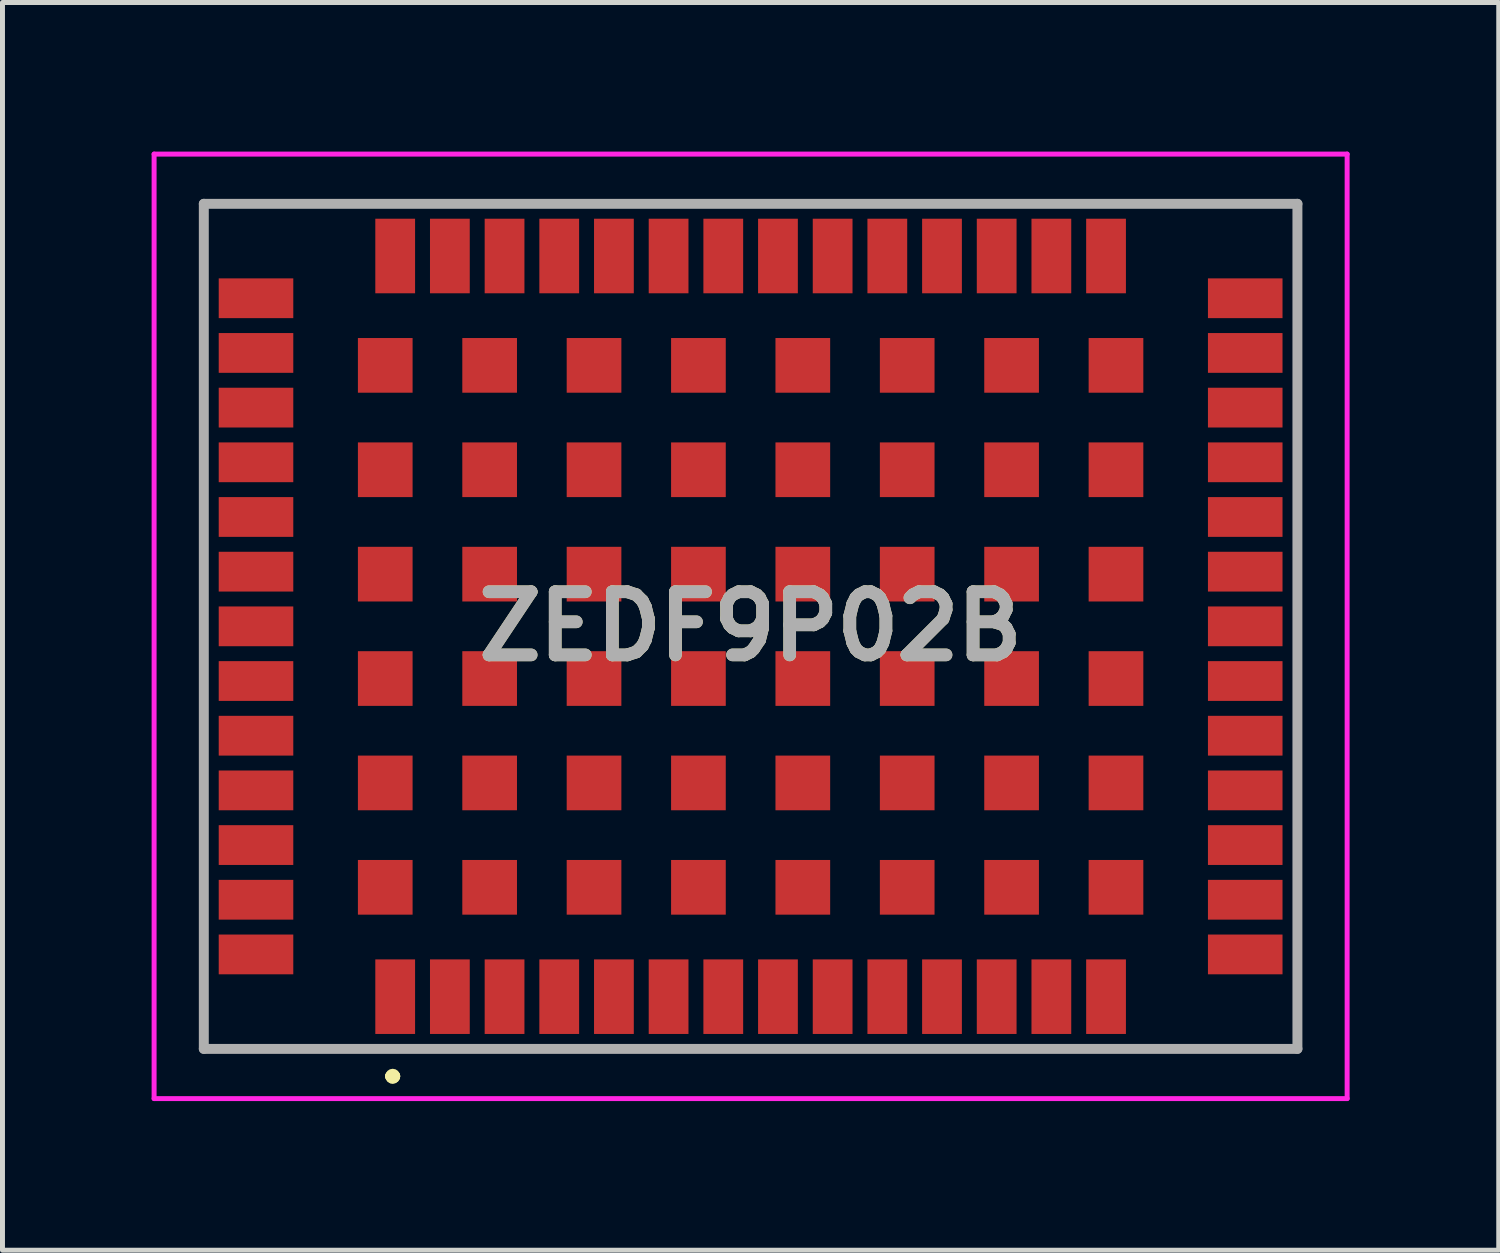
<source format=kicad_pcb>
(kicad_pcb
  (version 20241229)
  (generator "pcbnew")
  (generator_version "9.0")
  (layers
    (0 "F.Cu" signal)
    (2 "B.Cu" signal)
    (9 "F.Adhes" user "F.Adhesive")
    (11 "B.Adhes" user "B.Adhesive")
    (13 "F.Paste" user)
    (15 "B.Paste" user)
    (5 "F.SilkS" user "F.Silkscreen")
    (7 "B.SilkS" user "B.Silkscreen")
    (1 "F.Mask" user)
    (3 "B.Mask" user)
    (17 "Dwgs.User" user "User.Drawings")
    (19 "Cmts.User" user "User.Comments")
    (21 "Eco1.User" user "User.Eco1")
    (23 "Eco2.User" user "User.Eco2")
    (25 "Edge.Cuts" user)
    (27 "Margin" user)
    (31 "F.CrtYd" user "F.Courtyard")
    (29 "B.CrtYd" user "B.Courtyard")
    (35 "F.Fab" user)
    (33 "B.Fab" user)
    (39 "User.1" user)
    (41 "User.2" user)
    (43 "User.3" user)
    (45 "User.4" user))
  (footprint "ZEDF9P02B"
    (layer "F.Cu")
    (at 12.05 9.55)
    (property "Reference" "ZEDF9P02B" (at 0 0 0) (layer "F.SilkS") (effects (font (size 1.27 1.27) (thickness 0.254))))
    (attr smd)
    (fp_line (start -11 -8.5) (end -11 -8.5) (stroke (width 0.1) (type solid)) (layer "F.SilkS"))
    (fp_line (start -11 -8.5) (end -11 -8.5) (stroke (width 0.1) (type solid)) (layer "F.SilkS"))
    (fp_line (start -11 -8.5) (end -11 -7.5) (stroke (width 0.1) (type solid)) (layer "F.SilkS"))
    (fp_line (start -11 -8.5) (end -7.9 -8.5) (stroke (width 0.1) (type solid)) (layer "F.SilkS"))
    (fp_line (start -11 -7.5) (end -11 -8.5) (stroke (width 0.1) (type solid)) (layer "F.SilkS"))
    (fp_line (start -11 -7.5) (end -11 -7.5) (stroke (width 0.1) (type solid)) (layer "F.SilkS"))
    (fp_line (start -11 7.25) (end -11 7.25) (stroke (width 0.1) (type solid)) (layer "F.SilkS"))
    (fp_line (start -11 7.25) (end -11 8.5) (stroke (width 0.1) (type solid)) (layer "F.SilkS"))
    (fp_line (start -11 8.5) (end -11 7.25) (stroke (width 0.1) (type solid)) (layer "F.SilkS"))
    (fp_line (start -11 8.5) (end -11 8.5) (stroke (width 0.1) (type solid)) (layer "F.SilkS"))
    (fp_line (start -11 8.5) (end -11 8.5) (stroke (width 0.1) (type solid)) (layer "F.SilkS"))
    (fp_line (start -11 8.5) (end -7.9 8.5) (stroke (width 0.1) (type solid)) (layer "F.SilkS"))
    (fp_line (start -7.9 -8.5) (end -11 -8.5) (stroke (width 0.1) (type solid)) (layer "F.SilkS"))
    (fp_line (start -7.9 -8.5) (end -7.9 -8.5) (stroke (width 0.1) (type solid)) (layer "F.SilkS"))
    (fp_line (start -7.9 8.5) (end -11 8.5) (stroke (width 0.1) (type solid)) (layer "F.SilkS"))
    (fp_line (start -7.9 8.5) (end -7.9 8.5) (stroke (width 0.1) (type solid)) (layer "F.SilkS"))
    (fp_line (start -7.25 9.05) (end -7.25 9.05) (stroke (width 0.2) (type solid)) (layer "F.SilkS"))
    (fp_line (start -7.25 9.05) (end -7.25 9.05) (stroke (width 0.2) (type solid)) (layer "F.SilkS"))
    (fp_line (start -7.15 9.05) (end -7.15 9.05) (stroke (width 0.2) (type solid)) (layer "F.SilkS"))
    (fp_line (start 7.85 -8.5) (end 7.85 -8.5) (stroke (width 0.1) (type solid)) (layer "F.SilkS"))
    (fp_line (start 7.85 -8.5) (end 11 -8.5) (stroke (width 0.1) (type solid)) (layer "F.SilkS"))
    (fp_line (start 7.85 8.5) (end 7.85 8.5) (stroke (width 0.1) (type solid)) (layer "F.SilkS"))
    (fp_line (start 7.85 8.5) (end 11 8.5) (stroke (width 0.1) (type solid)) (layer "F.SilkS"))
    (fp_line (start 11 -8.5) (end 7.85 -8.5) (stroke (width 0.1) (type solid)) (layer "F.SilkS"))
    (fp_line (start 11 -8.5) (end 11 -8.5) (stroke (width 0.1) (type solid)) (layer "F.SilkS"))
    (fp_line (start 11 -8.5) (end 11 -8.5) (stroke (width 0.1) (type solid)) (layer "F.SilkS"))
    (fp_line (start 11 -8.5) (end 11 -7.45) (stroke (width 0.1) (type solid)) (layer "F.SilkS"))
    (fp_line (start 11 -7.45) (end 11 -8.5) (stroke (width 0.1) (type solid)) (layer "F.SilkS"))
    (fp_line (start 11 -7.45) (end 11 -7.45) (stroke (width 0.1) (type solid)) (layer "F.SilkS"))
    (fp_line (start 11 7.25) (end 11 7.25) (stroke (width 0.1) (type solid)) (layer "F.SilkS"))
    (fp_line (start 11 7.25) (end 11 8.5) (stroke (width 0.1) (type solid)) (layer "F.SilkS"))
    (fp_line (start 11 8.5) (end 7.85 8.5) (stroke (width 0.1) (type solid)) (layer "F.SilkS"))
    (fp_line (start 11 8.5) (end 11 7.25) (stroke (width 0.1) (type solid)) (layer "F.SilkS"))
    (fp_line (start 11 8.5) (end 11 8.5) (stroke (width 0.1) (type solid)) (layer "F.SilkS"))
    (fp_line (start 11 8.5) (end 11 8.5) (stroke (width 0.1) (type solid)) (layer "F.SilkS"))
    (fp_arc (start -7.25 9.05) (mid -7.2 9) (end -7.15 9.05) (stroke (width 0.2) (type solid)) (layer "F.SilkS"))
    (fp_arc (start -7.15 9.05) (mid -7.2 9.1) (end -7.25 9.05) (stroke (width 0.2) (type solid)) (layer "F.SilkS"))
    (fp_arc (start -7.15 9.05) (mid -7.2 9.1) (end -7.25 9.05) (stroke (width 0.2) (type solid)) (layer "F.SilkS"))
    (fp_line (start -12 -9.5) (end 12 -9.5) (stroke (width 0.1) (type solid)) (layer "F.CrtYd"))
    (fp_line (start -12 9.5) (end -12 -9.5) (stroke (width 0.1) (type solid)) (layer "F.CrtYd"))
    (fp_line (start 12 -9.5) (end 12 9.5) (stroke (width 0.1) (type solid)) (layer "F.CrtYd"))
    (fp_line (start 12 9.5) (end -12 9.5) (stroke (width 0.1) (type solid)) (layer "F.CrtYd"))
    (fp_line (start -11 -8.5) (end -11 8.5) (stroke (width 0.2) (type solid)) (layer "F.Fab"))
    (fp_line (start -11 8.5) (end 11 8.5) (stroke (width 0.2) (type solid)) (layer "F.Fab"))
    (fp_line (start 11 -8.5) (end -11 -8.5) (stroke (width 0.2) (type solid)) (layer "F.Fab"))
    (fp_line (start 11 8.5) (end 11 -8.5) (stroke (width 0.2) (type solid)) (layer "F.Fab"))
    (fp_text user "${REFERENCE}" (at 0 0 0) (layer "F.Fab") (effects (font (size 1.27 1.27) (thickness 0.254))))
    (pad "1" smd rect (at -7.15 7.45) (size 0.8 1.5) (layers "F.Cu" "F.Mask" "F.Paste"))
    (pad "2" smd rect (at -6.05 7.45) (size 0.8 1.5) (layers "F.Cu" "F.Mask" "F.Paste"))
    (pad "3" smd rect (at -4.95 7.45) (size 0.8 1.5) (layers "F.Cu" "F.Mask" "F.Paste"))
    (pad "4" smd rect (at -3.85 7.45) (size 0.8 1.5) (layers "F.Cu" "F.Mask" "F.Paste"))
    (pad "5" smd rect (at -2.75 7.45) (size 0.8 1.5) (layers "F.Cu" "F.Mask" "F.Paste"))
    (pad "6" smd rect (at -1.65 7.45) (size 0.8 1.5) (layers "F.Cu" "F.Mask" "F.Paste"))
    (pad "7" smd rect (at -0.55 7.45) (size 0.8 1.5) (layers "F.Cu" "F.Mask" "F.Paste"))
    (pad "8" smd rect (at 0.55 7.45) (size 0.8 1.5) (layers "F.Cu" "F.Mask" "F.Paste"))
    (pad "9" smd rect (at 1.65 7.45) (size 0.8 1.5) (layers "F.Cu" "F.Mask" "F.Paste"))
    (pad "10" smd rect (at 2.75 7.45) (size 0.8 1.5) (layers "F.Cu" "F.Mask" "F.Paste"))
    (pad "11" smd rect (at 3.85 7.45) (size 0.8 1.5) (layers "F.Cu" "F.Mask" "F.Paste"))
    (pad "12" smd rect (at 4.95 7.45) (size 0.8 1.5) (layers "F.Cu" "F.Mask" "F.Paste"))
    (pad "13" smd rect (at 6.05 7.45) (size 0.8 1.5) (layers "F.Cu" "F.Mask" "F.Paste"))
    (pad "14" smd rect (at 7.15 7.45) (size 0.8 1.5) (layers "F.Cu" "F.Mask" "F.Paste"))
    (pad "15" smd rect (at 9.95 6.6 90) (size 0.8 1.5) (layers "F.Cu" "F.Mask" "F.Paste"))
    (pad "16" smd rect (at 9.95 5.5 90) (size 0.8 1.5) (layers "F.Cu" "F.Mask" "F.Paste"))
    (pad "17" smd rect (at 9.95 4.4 90) (size 0.8 1.5) (layers "F.Cu" "F.Mask" "F.Paste"))
    (pad "18" smd rect (at 9.95 3.3 90) (size 0.8 1.5) (layers "F.Cu" "F.Mask" "F.Paste"))
    (pad "19" smd rect (at 9.95 2.2 90) (size 0.8 1.5) (layers "F.Cu" "F.Mask" "F.Paste"))
    (pad "20" smd rect (at 9.95 1.1 90) (size 0.8 1.5) (layers "F.Cu" "F.Mask" "F.Paste"))
    (pad "21" smd rect (at 9.95 0 90) (size 0.8 1.5) (layers "F.Cu" "F.Mask" "F.Paste"))
    (pad "22" smd rect (at 9.95 -1.1 90) (size 0.8 1.5) (layers "F.Cu" "F.Mask" "F.Paste"))
    (pad "23" smd rect (at 9.95 -2.2 90) (size 0.8 1.5) (layers "F.Cu" "F.Mask" "F.Paste"))
    (pad "24" smd rect (at 9.95 -3.3 90) (size 0.8 1.5) (layers "F.Cu" "F.Mask" "F.Paste"))
    (pad "25" smd rect (at 9.95 -4.4 90) (size 0.8 1.5) (layers "F.Cu" "F.Mask" "F.Paste"))
    (pad "26" smd rect (at 9.95 -5.5 90) (size 0.8 1.5) (layers "F.Cu" "F.Mask" "F.Paste"))
    (pad "27" smd rect (at 9.95 -6.6 90) (size 0.8 1.5) (layers "F.Cu" "F.Mask" "F.Paste"))
    (pad "28" smd rect (at 7.15 -7.45) (size 0.8 1.5) (layers "F.Cu" "F.Mask" "F.Paste"))
    (pad "29" smd rect (at 6.05 -7.45) (size 0.8 1.5) (layers "F.Cu" "F.Mask" "F.Paste"))
    (pad "30" smd rect (at 4.95 -7.45) (size 0.8 1.5) (layers "F.Cu" "F.Mask" "F.Paste"))
    (pad "31" smd rect (at 3.85 -7.45) (size 0.8 1.5) (layers "F.Cu" "F.Mask" "F.Paste"))
    (pad "32" smd rect (at 2.75 -7.45) (size 0.8 1.5) (layers "F.Cu" "F.Mask" "F.Paste"))
    (pad "33" smd rect (at 1.65 -7.45) (size 0.8 1.5) (layers "F.Cu" "F.Mask" "F.Paste"))
    (pad "34" smd rect (at 0.55 -7.45) (size 0.8 1.5) (layers "F.Cu" "F.Mask" "F.Paste"))
    (pad "35" smd rect (at -0.55 -7.45) (size 0.8 1.5) (layers "F.Cu" "F.Mask" "F.Paste"))
    (pad "36" smd rect (at -1.65 -7.45) (size 0.8 1.5) (layers "F.Cu" "F.Mask" "F.Paste"))
    (pad "37" smd rect (at -2.75 -7.45) (size 0.8 1.5) (layers "F.Cu" "F.Mask" "F.Paste"))
    (pad "38" smd rect (at -3.85 -7.45) (size 0.8 1.5) (layers "F.Cu" "F.Mask" "F.Paste"))
    (pad "39" smd rect (at -4.95 -7.45) (size 0.8 1.5) (layers "F.Cu" "F.Mask" "F.Paste"))
    (pad "40" smd rect (at -6.05 -7.45) (size 0.8 1.5) (layers "F.Cu" "F.Mask" "F.Paste"))
    (pad "41" smd rect (at -7.15 -7.45) (size 0.8 1.5) (layers "F.Cu" "F.Mask" "F.Paste"))
    (pad "42" smd rect (at -9.95 -6.6 90) (size 0.8 1.5) (layers "F.Cu" "F.Mask" "F.Paste"))
    (pad "43" smd rect (at -9.95 -5.5 90) (size 0.8 1.5) (layers "F.Cu" "F.Mask" "F.Paste"))
    (pad "44" smd rect (at -9.95 -4.4 90) (size 0.8 1.5) (layers "F.Cu" "F.Mask" "F.Paste"))
    (pad "45" smd rect (at -9.95 -3.3 90) (size 0.8 1.5) (layers "F.Cu" "F.Mask" "F.Paste"))
    (pad "46" smd rect (at -9.95 -2.2 90) (size 0.8 1.5) (layers "F.Cu" "F.Mask" "F.Paste"))
    (pad "47" smd rect (at -9.95 -1.1 90) (size 0.8 1.5) (layers "F.Cu" "F.Mask" "F.Paste"))
    (pad "48" smd rect (at -9.95 0 90) (size 0.8 1.5) (layers "F.Cu" "F.Mask" "F.Paste"))
    (pad "49" smd rect (at -9.95 1.1 90) (size 0.8 1.5) (layers "F.Cu" "F.Mask" "F.Paste"))
    (pad "50" smd rect (at -9.95 2.2 90) (size 0.8 1.5) (layers "F.Cu" "F.Mask" "F.Paste"))
    (pad "51" smd rect (at -9.95 3.3 90) (size 0.8 1.5) (layers "F.Cu" "F.Mask" "F.Paste"))
    (pad "52" smd rect (at -9.95 4.4 90) (size 0.8 1.5) (layers "F.Cu" "F.Mask" "F.Paste"))
    (pad "53" smd rect (at -9.95 5.5 90) (size 0.8 1.5) (layers "F.Cu" "F.Mask" "F.Paste"))
    (pad "54" smd rect (at -9.95 6.6 90) (size 0.8 1.5) (layers "F.Cu" "F.Mask" "F.Paste"))
    (pad "55" smd rect (at -7.35 5.25 90) (size 1.1 1.1) (layers "F.Cu" "F.Mask" "F.Paste"))
    (pad "56" smd rect (at -5.25 5.25 90) (size 1.1 1.1) (layers "F.Cu" "F.Mask" "F.Paste"))
    (pad "57" smd rect (at -3.15 5.25 90) (size 1.1 1.1) (layers "F.Cu" "F.Mask" "F.Paste"))
    (pad "58" smd rect (at -1.05 5.25 90) (size 1.1 1.1) (layers "F.Cu" "F.Mask" "F.Paste"))
    (pad "59" smd rect (at 1.05 5.25 90) (size 1.1 1.1) (layers "F.Cu" "F.Mask" "F.Paste"))
    (pad "60" smd rect (at 3.15 5.25 90) (size 1.1 1.1) (layers "F.Cu" "F.Mask" "F.Paste"))
    (pad "61" smd rect (at 5.25 5.25 90) (size 1.1 1.1) (layers "F.Cu" "F.Mask" "F.Paste"))
    (pad "62" smd rect (at 7.35 5.25 90) (size 1.1 1.1) (layers "F.Cu" "F.Mask" "F.Paste"))
    (pad "63" smd rect (at 7.35 3.15 90) (size 1.1 1.1) (layers "F.Cu" "F.Mask" "F.Paste"))
    (pad "64" smd rect (at 5.25 3.15 90) (size 1.1 1.1) (layers "F.Cu" "F.Mask" "F.Paste"))
    (pad "65" smd rect (at 3.15 3.15 90) (size 1.1 1.1) (layers "F.Cu" "F.Mask" "F.Paste"))
    (pad "66" smd rect (at 1.05 3.15 90) (size 1.1 1.1) (layers "F.Cu" "F.Mask" "F.Paste"))
    (pad "67" smd rect (at -1.05 3.15 90) (size 1.1 1.1) (layers "F.Cu" "F.Mask" "F.Paste"))
    (pad "68" smd rect (at -3.15 3.15 90) (size 1.1 1.1) (layers "F.Cu" "F.Mask" "F.Paste"))
    (pad "69" smd rect (at -5.25 3.15 90) (size 1.1 1.1) (layers "F.Cu" "F.Mask" "F.Paste"))
    (pad "70" smd rect (at -7.35 3.15 90) (size 1.1 1.1) (layers "F.Cu" "F.Mask" "F.Paste"))
    (pad "71" smd rect (at -7.35 1.05 90) (size 1.1 1.1) (layers "F.Cu" "F.Mask" "F.Paste"))
    (pad "72" smd rect (at -5.25 1.05 90) (size 1.1 1.1) (layers "F.Cu" "F.Mask" "F.Paste"))
    (pad "73" smd rect (at -3.15 1.05 90) (size 1.1 1.1) (layers "F.Cu" "F.Mask" "F.Paste"))
    (pad "74" smd rect (at -1.05 1.05 90) (size 1.1 1.1) (layers "F.Cu" "F.Mask" "F.Paste"))
    (pad "75" smd rect (at 1.05 1.05 90) (size 1.1 1.1) (layers "F.Cu" "F.Mask" "F.Paste"))
    (pad "76" smd rect (at 3.15 1.05 90) (size 1.1 1.1) (layers "F.Cu" "F.Mask" "F.Paste"))
    (pad "77" smd rect (at 5.25 1.05 90) (size 1.1 1.1) (layers "F.Cu" "F.Mask" "F.Paste"))
    (pad "78" smd rect (at 7.35 1.05 90) (size 1.1 1.1) (layers "F.Cu" "F.Mask" "F.Paste"))
    (pad "79" smd rect (at 7.35 -1.05 90) (size 1.1 1.1) (layers "F.Cu" "F.Mask" "F.Paste"))
    (pad "80" smd rect (at 5.25 -1.05 90) (size 1.1 1.1) (layers "F.Cu" "F.Mask" "F.Paste"))
    (pad "81" smd rect (at 3.15 -1.05 90) (size 1.1 1.1) (layers "F.Cu" "F.Mask" "F.Paste"))
    (pad "82" smd rect (at 1.05 -1.05 90) (size 1.1 1.1) (layers "F.Cu" "F.Mask" "F.Paste"))
    (pad "83" smd rect (at -1.05 -1.05 90) (size 1.1 1.1) (layers "F.Cu" "F.Mask" "F.Paste"))
    (pad "84" smd rect (at -3.15 -1.05 90) (size 1.1 1.1) (layers "F.Cu" "F.Mask" "F.Paste"))
    (pad "85" smd rect (at -5.25 -1.05 90) (size 1.1 1.1) (layers "F.Cu" "F.Mask" "F.Paste"))
    (pad "86" smd rect (at -7.35 -1.05 90) (size 1.1 1.1) (layers "F.Cu" "F.Mask" "F.Paste"))
    (pad "87" smd rect (at -7.35 -3.15 90) (size 1.1 1.1) (layers "F.Cu" "F.Mask" "F.Paste"))
    (pad "88" smd rect (at -5.25 -3.15 90) (size 1.1 1.1) (layers "F.Cu" "F.Mask" "F.Paste"))
    (pad "89" smd rect (at -3.15 -3.15 90) (size 1.1 1.1) (layers "F.Cu" "F.Mask" "F.Paste"))
    (pad "90" smd rect (at -1.05 -3.15 90) (size 1.1 1.1) (layers "F.Cu" "F.Mask" "F.Paste"))
    (pad "91" smd rect (at 1.05 -3.15 90) (size 1.1 1.1) (layers "F.Cu" "F.Mask" "F.Paste"))
    (pad "92" smd rect (at 3.15 -3.15 90) (size 1.1 1.1) (layers "F.Cu" "F.Mask" "F.Paste"))
    (pad "93" smd rect (at 5.25 -3.15 90) (size 1.1 1.1) (layers "F.Cu" "F.Mask" "F.Paste"))
    (pad "94" smd rect (at 7.35 -3.15 90) (size 1.1 1.1) (layers "F.Cu" "F.Mask" "F.Paste"))
    (pad "95" smd rect (at 7.35 -5.25 90) (size 1.1 1.1) (layers "F.Cu" "F.Mask" "F.Paste"))
    (pad "96" smd rect (at 5.25 -5.25 90) (size 1.1 1.1) (layers "F.Cu" "F.Mask" "F.Paste"))
    (pad "97" smd rect (at 3.15 -5.25 90) (size 1.1 1.1) (layers "F.Cu" "F.Mask" "F.Paste"))
    (pad "98" smd rect (at 1.05 -5.25 90) (size 1.1 1.1) (layers "F.Cu" "F.Mask" "F.Paste"))
    (pad "99" smd rect (at -1.05 -5.25 90) (size 1.1 1.1) (layers "F.Cu" "F.Mask" "F.Paste"))
    (pad "100" smd rect (at -3.15 -5.25 90) (size 1.1 1.1) (layers "F.Cu" "F.Mask" "F.Paste"))
    (pad "101" smd rect (at -5.25 -5.25 90) (size 1.1 1.1) (layers "F.Cu" "F.Mask" "F.Paste"))
    (pad "102" smd rect (at -7.35 -5.25 90) (size 1.1 1.1) (layers "F.Cu" "F.Mask" "F.Paste")))
  (gr_rect
    (start -3 -3)
    (end 27.1 22.1)
    (stroke (width 0.1) (type default))
    (fill no)
    (layer "Edge.Cuts")))
</source>
